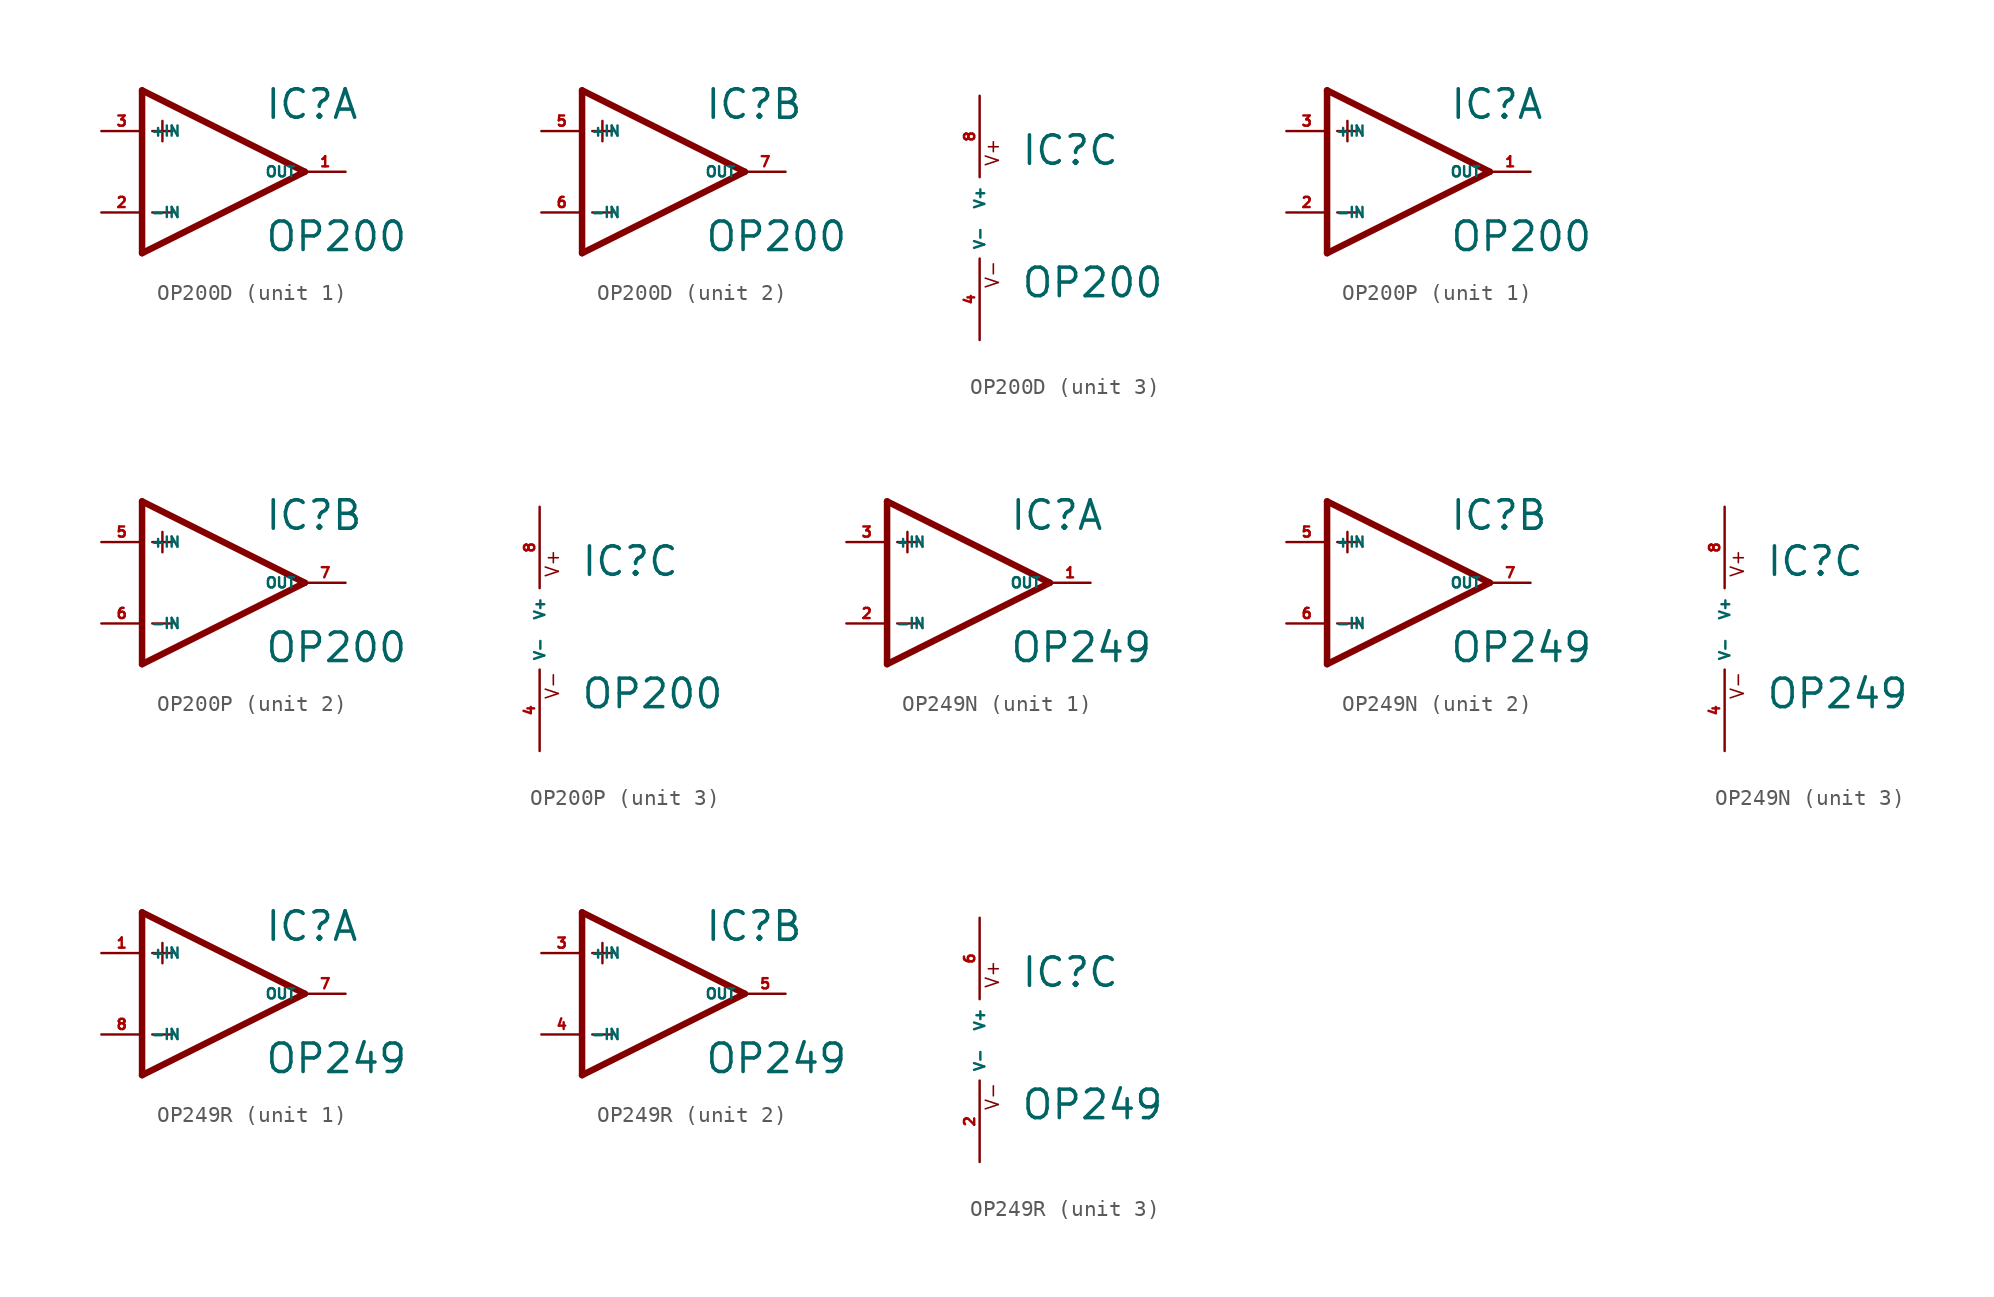
<source format=kicad_sym>
(kicad_symbol_lib
  (version 20220914)
  (generator Eagle2Kicad)
  (symbol "OP200D"
    (property "Reference" "IC"
      (at 2.54 3.175 0)
      (effects (font (size 1.778 1.778) (thickness 0.22)) (justify left bottom)))
    (property "Value" "OP200"
      (at 2.54 -5.08 0)
      (effects (font (size 1.778 1.778) (thickness 0.22)) (justify left bottom)))
    (symbol "OP200D_1_0"
      (polyline (pts (xy -5.08 5.08) (xy -5.08 -5.08)) (stroke (width 0.406) (type default)) (fill (type none)))
      (polyline (pts (xy -5.08 -5.08) (xy 5.08 0)) (stroke (width 0.406) (type default)) (fill (type none)))
      (polyline (pts (xy 5.08 0) (xy -5.08 5.08)) (stroke (width 0.406) (type default)) (fill (type none)))
      (polyline (pts (xy -3.81 3.175) (xy -3.81 1.905)) (stroke (width 0.152) (type default)) (fill (type none)))
      (polyline (pts (xy -4.445 2.54) (xy -3.175 2.54)) (stroke (width 0.152) (type default)) (fill (type none)))
      (polyline (pts (xy -4.445 -2.54) (xy -3.175 -2.54)) (stroke (width 0.152) (type default)) (fill (type none)))
      (pin input line (at -7.62 -2.54 0) (length 2.54) (name "-IN" (effects (font (size 0.635 0.635) (thickness 0.08)) (justify left bottom))) (number "2" (effects (font (size 0.635 0.635) (thickness 0.08)) (justify left bottom))))
      (pin input line (at -7.62 2.54 0) (length 2.54) (name "+IN" (effects (font (size 0.635 0.635) (thickness 0.08)) (justify left bottom))) (number "3" (effects (font (size 0.635 0.635) (thickness 0.08)) (justify left bottom))))
      (pin output line (at 7.62 0 180) (length 2.54) (name "OUT" (effects (font (size 0.635 0.635) (thickness 0.08)) (justify left bottom))) (number "1" (effects (font (size 0.635 0.635) (thickness 0.08)) (justify left bottom)))))
    (symbol "OP200D_2_0"
      (polyline (pts (xy -5.08 5.08) (xy -5.08 -5.08)) (stroke (width 0.406) (type default)) (fill (type none)))
      (polyline (pts (xy -5.08 -5.08) (xy 5.08 0)) (stroke (width 0.406) (type default)) (fill (type none)))
      (polyline (pts (xy 5.08 0) (xy -5.08 5.08)) (stroke (width 0.406) (type default)) (fill (type none)))
      (polyline (pts (xy -3.81 3.175) (xy -3.81 1.905)) (stroke (width 0.152) (type default)) (fill (type none)))
      (polyline (pts (xy -4.445 2.54) (xy -3.175 2.54)) (stroke (width 0.152) (type default)) (fill (type none)))
      (polyline (pts (xy -4.445 -2.54) (xy -3.175 -2.54)) (stroke (width 0.152) (type default)) (fill (type none)))
      (pin input line (at -7.62 -2.54 0) (length 2.54) (name "-IN" (effects (font (size 0.635 0.635) (thickness 0.08)) (justify left bottom))) (number "6" (effects (font (size 0.635 0.635) (thickness 0.08)) (justify left bottom))))
      (pin input line (at -7.62 2.54 0) (length 2.54) (name "+IN" (effects (font (size 0.635 0.635) (thickness 0.08)) (justify left bottom))) (number "5" (effects (font (size 0.635 0.635) (thickness 0.08)) (justify left bottom))))
      (pin output line (at 7.62 0 180) (length 2.54) (name "OUT" (effects (font (size 0.635 0.635) (thickness 0.08)) (justify left bottom))) (number "7" (effects (font (size 0.635 0.635) (thickness 0.08)) (justify left bottom)))))
    (symbol "OP200D_3_0"
      (text "V+" (at 1.27 3.175 900) (effects (font (size 0.813 0.813) (thickness 0.10)) (justify left bottom)))
      (text "V-" (at 1.27 -4.445 900) (effects (font (size 0.813 0.813) (thickness 0.10)) (justify left bottom)))
      (pin unspecified line (at 0 7.62 270) (length 5.08) (name "V+" (effects (font (size 0.635 0.635) (thickness 0.08)) (justify left bottom))) (number "8" (effects (font (size 0.635 0.635) (thickness 0.08)) (justify left bottom))))
      (pin unspecified line (at 0 -7.62 90) (length 5.08) (name "V-" (effects (font (size 0.635 0.635) (thickness 0.08)) (justify left bottom))) (number "4" (effects (font (size 0.635 0.635) (thickness 0.08)) (justify left bottom))))))
  (symbol "OP200P"
    (property "Reference" "IC"
      (at 2.54 3.175 0)
      (effects (font (size 1.778 1.778) (thickness 0.22)) (justify left bottom)))
    (property "Value" "OP200"
      (at 2.54 -5.08 0)
      (effects (font (size 1.778 1.778) (thickness 0.22)) (justify left bottom)))
    (symbol "OP200P_1_0"
      (polyline (pts (xy -5.08 5.08) (xy -5.08 -5.08)) (stroke (width 0.406) (type default)) (fill (type none)))
      (polyline (pts (xy -5.08 -5.08) (xy 5.08 0)) (stroke (width 0.406) (type default)) (fill (type none)))
      (polyline (pts (xy 5.08 0) (xy -5.08 5.08)) (stroke (width 0.406) (type default)) (fill (type none)))
      (polyline (pts (xy -3.81 3.175) (xy -3.81 1.905)) (stroke (width 0.152) (type default)) (fill (type none)))
      (polyline (pts (xy -4.445 2.54) (xy -3.175 2.54)) (stroke (width 0.152) (type default)) (fill (type none)))
      (polyline (pts (xy -4.445 -2.54) (xy -3.175 -2.54)) (stroke (width 0.152) (type default)) (fill (type none)))
      (pin input line (at -7.62 -2.54 0) (length 2.54) (name "-IN" (effects (font (size 0.635 0.635) (thickness 0.08)) (justify left bottom))) (number "2" (effects (font (size 0.635 0.635) (thickness 0.08)) (justify left bottom))))
      (pin input line (at -7.62 2.54 0) (length 2.54) (name "+IN" (effects (font (size 0.635 0.635) (thickness 0.08)) (justify left bottom))) (number "3" (effects (font (size 0.635 0.635) (thickness 0.08)) (justify left bottom))))
      (pin output line (at 7.62 0 180) (length 2.54) (name "OUT" (effects (font (size 0.635 0.635) (thickness 0.08)) (justify left bottom))) (number "1" (effects (font (size 0.635 0.635) (thickness 0.08)) (justify left bottom)))))
    (symbol "OP200P_2_0"
      (polyline (pts (xy -5.08 5.08) (xy -5.08 -5.08)) (stroke (width 0.406) (type default)) (fill (type none)))
      (polyline (pts (xy -5.08 -5.08) (xy 5.08 0)) (stroke (width 0.406) (type default)) (fill (type none)))
      (polyline (pts (xy 5.08 0) (xy -5.08 5.08)) (stroke (width 0.406) (type default)) (fill (type none)))
      (polyline (pts (xy -3.81 3.175) (xy -3.81 1.905)) (stroke (width 0.152) (type default)) (fill (type none)))
      (polyline (pts (xy -4.445 2.54) (xy -3.175 2.54)) (stroke (width 0.152) (type default)) (fill (type none)))
      (polyline (pts (xy -4.445 -2.54) (xy -3.175 -2.54)) (stroke (width 0.152) (type default)) (fill (type none)))
      (pin input line (at -7.62 -2.54 0) (length 2.54) (name "-IN" (effects (font (size 0.635 0.635) (thickness 0.08)) (justify left bottom))) (number "6" (effects (font (size 0.635 0.635) (thickness 0.08)) (justify left bottom))))
      (pin input line (at -7.62 2.54 0) (length 2.54) (name "+IN" (effects (font (size 0.635 0.635) (thickness 0.08)) (justify left bottom))) (number "5" (effects (font (size 0.635 0.635) (thickness 0.08)) (justify left bottom))))
      (pin output line (at 7.62 0 180) (length 2.54) (name "OUT" (effects (font (size 0.635 0.635) (thickness 0.08)) (justify left bottom))) (number "7" (effects (font (size 0.635 0.635) (thickness 0.08)) (justify left bottom)))))
    (symbol "OP200P_3_0"
      (text "V+" (at 1.27 3.175 900) (effects (font (size 0.813 0.813) (thickness 0.10)) (justify left bottom)))
      (text "V-" (at 1.27 -4.445 900) (effects (font (size 0.813 0.813) (thickness 0.10)) (justify left bottom)))
      (pin unspecified line (at 0 7.62 270) (length 5.08) (name "V+" (effects (font (size 0.635 0.635) (thickness 0.08)) (justify left bottom))) (number "8" (effects (font (size 0.635 0.635) (thickness 0.08)) (justify left bottom))))
      (pin unspecified line (at 0 -7.62 90) (length 5.08) (name "V-" (effects (font (size 0.635 0.635) (thickness 0.08)) (justify left bottom))) (number "4" (effects (font (size 0.635 0.635) (thickness 0.08)) (justify left bottom))))))
  (symbol "OP249N"
    (property "Reference" "IC"
      (at 2.54 3.175 0)
      (effects (font (size 1.778 1.778) (thickness 0.22)) (justify left bottom)))
    (property "Value" "OP249"
      (at 2.54 -5.08 0)
      (effects (font (size 1.778 1.778) (thickness 0.22)) (justify left bottom)))
    (symbol "OP249N_1_0"
      (polyline (pts (xy -5.08 5.08) (xy -5.08 -5.08)) (stroke (width 0.406) (type default)) (fill (type none)))
      (polyline (pts (xy -5.08 -5.08) (xy 5.08 0)) (stroke (width 0.406) (type default)) (fill (type none)))
      (polyline (pts (xy 5.08 0) (xy -5.08 5.08)) (stroke (width 0.406) (type default)) (fill (type none)))
      (polyline (pts (xy -3.81 3.175) (xy -3.81 1.905)) (stroke (width 0.152) (type default)) (fill (type none)))
      (polyline (pts (xy -4.445 2.54) (xy -3.175 2.54)) (stroke (width 0.152) (type default)) (fill (type none)))
      (polyline (pts (xy -4.445 -2.54) (xy -3.175 -2.54)) (stroke (width 0.152) (type default)) (fill (type none)))
      (pin input line (at -7.62 -2.54 0) (length 2.54) (name "-IN" (effects (font (size 0.635 0.635) (thickness 0.08)) (justify left bottom))) (number "2" (effects (font (size 0.635 0.635) (thickness 0.08)) (justify left bottom))))
      (pin input line (at -7.62 2.54 0) (length 2.54) (name "+IN" (effects (font (size 0.635 0.635) (thickness 0.08)) (justify left bottom))) (number "3" (effects (font (size 0.635 0.635) (thickness 0.08)) (justify left bottom))))
      (pin output line (at 7.62 0 180) (length 2.54) (name "OUT" (effects (font (size 0.635 0.635) (thickness 0.08)) (justify left bottom))) (number "1" (effects (font (size 0.635 0.635) (thickness 0.08)) (justify left bottom)))))
    (symbol "OP249N_2_0"
      (polyline (pts (xy -5.08 5.08) (xy -5.08 -5.08)) (stroke (width 0.406) (type default)) (fill (type none)))
      (polyline (pts (xy -5.08 -5.08) (xy 5.08 0)) (stroke (width 0.406) (type default)) (fill (type none)))
      (polyline (pts (xy 5.08 0) (xy -5.08 5.08)) (stroke (width 0.406) (type default)) (fill (type none)))
      (polyline (pts (xy -3.81 3.175) (xy -3.81 1.905)) (stroke (width 0.152) (type default)) (fill (type none)))
      (polyline (pts (xy -4.445 2.54) (xy -3.175 2.54)) (stroke (width 0.152) (type default)) (fill (type none)))
      (polyline (pts (xy -4.445 -2.54) (xy -3.175 -2.54)) (stroke (width 0.152) (type default)) (fill (type none)))
      (pin input line (at -7.62 -2.54 0) (length 2.54) (name "-IN" (effects (font (size 0.635 0.635) (thickness 0.08)) (justify left bottom))) (number "6" (effects (font (size 0.635 0.635) (thickness 0.08)) (justify left bottom))))
      (pin input line (at -7.62 2.54 0) (length 2.54) (name "+IN" (effects (font (size 0.635 0.635) (thickness 0.08)) (justify left bottom))) (number "5" (effects (font (size 0.635 0.635) (thickness 0.08)) (justify left bottom))))
      (pin output line (at 7.62 0 180) (length 2.54) (name "OUT" (effects (font (size 0.635 0.635) (thickness 0.08)) (justify left bottom))) (number "7" (effects (font (size 0.635 0.635) (thickness 0.08)) (justify left bottom)))))
    (symbol "OP249N_3_0"
      (text "V+" (at 1.27 3.175 900) (effects (font (size 0.813 0.813) (thickness 0.10)) (justify left bottom)))
      (text "V-" (at 1.27 -4.445 900) (effects (font (size 0.813 0.813) (thickness 0.10)) (justify left bottom)))
      (pin unspecified line (at 0 7.62 270) (length 5.08) (name "V+" (effects (font (size 0.635 0.635) (thickness 0.08)) (justify left bottom))) (number "8" (effects (font (size 0.635 0.635) (thickness 0.08)) (justify left bottom))))
      (pin unspecified line (at 0 -7.62 90) (length 5.08) (name "V-" (effects (font (size 0.635 0.635) (thickness 0.08)) (justify left bottom))) (number "4" (effects (font (size 0.635 0.635) (thickness 0.08)) (justify left bottom))))))
  (symbol "OP249R"
    (property "Reference" "IC"
      (at 2.54 3.175 0)
      (effects (font (size 1.778 1.778) (thickness 0.22)) (justify left bottom)))
    (property "Value" "OP249"
      (at 2.54 -5.08 0)
      (effects (font (size 1.778 1.778) (thickness 0.22)) (justify left bottom)))
    (symbol "OP249R_1_0"
      (polyline (pts (xy -5.08 5.08) (xy -5.08 -5.08)) (stroke (width 0.406) (type default)) (fill (type none)))
      (polyline (pts (xy -5.08 -5.08) (xy 5.08 0)) (stroke (width 0.406) (type default)) (fill (type none)))
      (polyline (pts (xy 5.08 0) (xy -5.08 5.08)) (stroke (width 0.406) (type default)) (fill (type none)))
      (polyline (pts (xy -3.81 3.175) (xy -3.81 1.905)) (stroke (width 0.152) (type default)) (fill (type none)))
      (polyline (pts (xy -4.445 2.54) (xy -3.175 2.54)) (stroke (width 0.152) (type default)) (fill (type none)))
      (polyline (pts (xy -4.445 -2.54) (xy -3.175 -2.54)) (stroke (width 0.152) (type default)) (fill (type none)))
      (pin input line (at -7.62 -2.54 0) (length 2.54) (name "-IN" (effects (font (size 0.635 0.635) (thickness 0.08)) (justify left bottom))) (number "8" (effects (font (size 0.635 0.635) (thickness 0.08)) (justify left bottom))))
      (pin input line (at -7.62 2.54 0) (length 2.54) (name "+IN" (effects (font (size 0.635 0.635) (thickness 0.08)) (justify left bottom))) (number "1" (effects (font (size 0.635 0.635) (thickness 0.08)) (justify left bottom))))
      (pin output line (at 7.62 0 180) (length 2.54) (name "OUT" (effects (font (size 0.635 0.635) (thickness 0.08)) (justify left bottom))) (number "7" (effects (font (size 0.635 0.635) (thickness 0.08)) (justify left bottom)))))
    (symbol "OP249R_2_0"
      (polyline (pts (xy -5.08 5.08) (xy -5.08 -5.08)) (stroke (width 0.406) (type default)) (fill (type none)))
      (polyline (pts (xy -5.08 -5.08) (xy 5.08 0)) (stroke (width 0.406) (type default)) (fill (type none)))
      (polyline (pts (xy 5.08 0) (xy -5.08 5.08)) (stroke (width 0.406) (type default)) (fill (type none)))
      (polyline (pts (xy -3.81 3.175) (xy -3.81 1.905)) (stroke (width 0.152) (type default)) (fill (type none)))
      (polyline (pts (xy -4.445 2.54) (xy -3.175 2.54)) (stroke (width 0.152) (type default)) (fill (type none)))
      (polyline (pts (xy -4.445 -2.54) (xy -3.175 -2.54)) (stroke (width 0.152) (type default)) (fill (type none)))
      (pin input line (at -7.62 -2.54 0) (length 2.54) (name "-IN" (effects (font (size 0.635 0.635) (thickness 0.08)) (justify left bottom))) (number "4" (effects (font (size 0.635 0.635) (thickness 0.08)) (justify left bottom))))
      (pin input line (at -7.62 2.54 0) (length 2.54) (name "+IN" (effects (font (size 0.635 0.635) (thickness 0.08)) (justify left bottom))) (number "3" (effects (font (size 0.635 0.635) (thickness 0.08)) (justify left bottom))))
      (pin output line (at 7.62 0 180) (length 2.54) (name "OUT" (effects (font (size 0.635 0.635) (thickness 0.08)) (justify left bottom))) (number "5" (effects (font (size 0.635 0.635) (thickness 0.08)) (justify left bottom)))))
    (symbol "OP249R_3_0"
      (text "V+" (at 1.27 3.175 900) (effects (font (size 0.813 0.813) (thickness 0.10)) (justify left bottom)))
      (text "V-" (at 1.27 -4.445 900) (effects (font (size 0.813 0.813) (thickness 0.10)) (justify left bottom)))
      (pin unspecified line (at 0 7.62 270) (length 5.08) (name "V+" (effects (font (size 0.635 0.635) (thickness 0.08)) (justify left bottom))) (number "6" (effects (font (size 0.635 0.635) (thickness 0.08)) (justify left bottom))))
      (pin unspecified line (at 0 -7.62 90) (length 5.08) (name "V-" (effects (font (size 0.635 0.635) (thickness 0.08)) (justify left bottom))) (number "2" (effects (font (size 0.635 0.635) (thickness 0.08)) (justify left bottom)))))))
</source>
